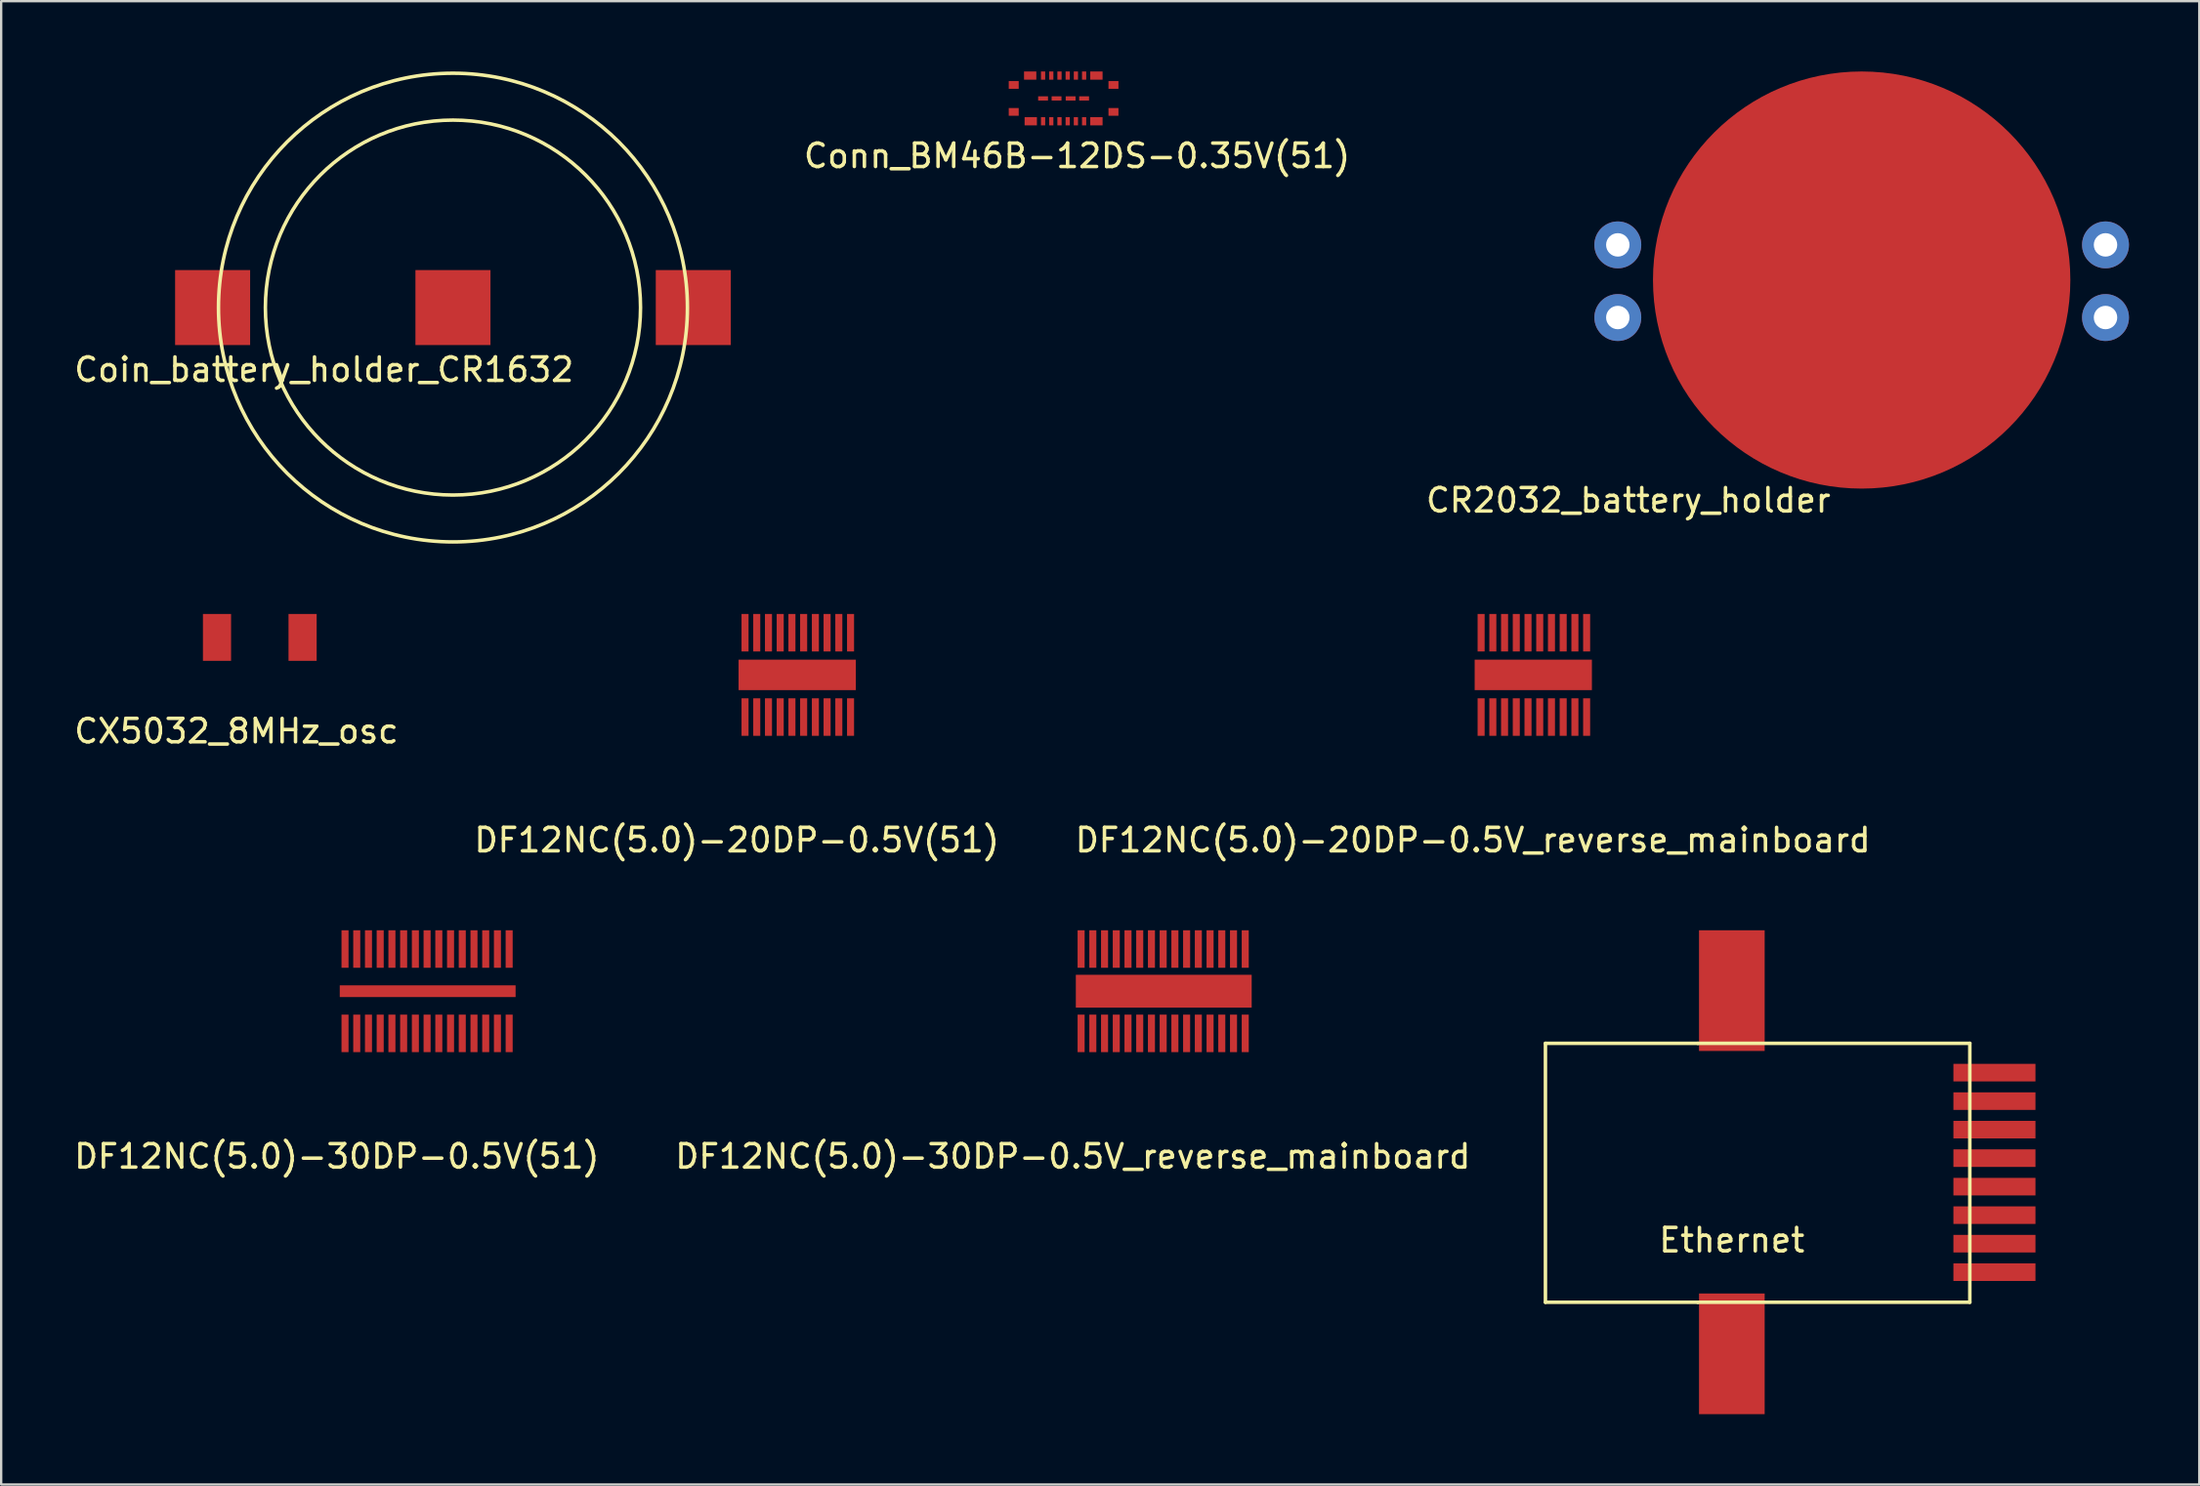
<source format=kicad_pcb>
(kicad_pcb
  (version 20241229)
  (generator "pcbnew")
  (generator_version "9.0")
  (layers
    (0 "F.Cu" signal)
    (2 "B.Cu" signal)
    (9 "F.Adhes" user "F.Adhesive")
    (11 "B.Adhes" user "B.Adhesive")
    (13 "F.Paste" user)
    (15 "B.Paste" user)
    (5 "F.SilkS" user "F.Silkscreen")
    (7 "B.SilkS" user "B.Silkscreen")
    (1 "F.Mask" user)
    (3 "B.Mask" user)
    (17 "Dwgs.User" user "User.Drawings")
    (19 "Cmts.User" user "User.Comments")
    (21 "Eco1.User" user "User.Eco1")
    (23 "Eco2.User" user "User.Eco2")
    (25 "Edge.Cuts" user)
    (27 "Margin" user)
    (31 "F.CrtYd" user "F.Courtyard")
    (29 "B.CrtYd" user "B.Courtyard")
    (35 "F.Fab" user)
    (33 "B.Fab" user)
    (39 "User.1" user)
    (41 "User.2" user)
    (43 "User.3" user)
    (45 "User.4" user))
  (footprint "DF12NC(5.0)-20DP-0.5V_reverse_mainboard"
    (layer "F.Cu")
    (at 60.118 27.55)
    (property "Reference" "DF12NC(5.0)-20DP-0.5V_reverse_mainboard" (at -0.35 5.25 0) (layer "F.SilkS") (effects (font (size 1 1) (thickness 0.15))))
    (attr through_hole)
    (pad "1" smd rect (at 4.5 0 180) (size 0.3 1.6) (layers "F.Cu" "F.Mask" "F.Paste"))
    (pad "2" smd rect (at 4 0 180) (size 0.3 1.6) (layers "F.Cu" "F.Mask" "F.Paste"))
    (pad "3" smd rect (at 3.5 0 180) (size 0.3 1.6) (layers "F.Cu" "F.Mask" "F.Paste"))
    (pad "4" smd rect (at 3 0 180) (size 0.3 1.6) (layers "F.Cu" "F.Mask" "F.Paste"))
    (pad "5" smd rect (at 2.5 0 180) (size 0.3 1.6) (layers "F.Cu" "F.Mask" "F.Paste"))
    (pad "6" smd rect (at 2 0 180) (size 0.3 1.6) (layers "F.Cu" "F.Mask" "F.Paste"))
    (pad "7" smd rect (at 1.5 0 180) (size 0.3 1.6) (layers "F.Cu" "F.Mask" "F.Paste"))
    (pad "8" smd rect (at 1 0 180) (size 0.3 1.6) (layers "F.Cu" "F.Mask" "F.Paste"))
    (pad "9" smd rect (at 0.5 0 180) (size 0.3 1.6) (layers "F.Cu" "F.Mask" "F.Paste"))
    (pad "10" smd rect (at 0 0 180) (size 0.3 1.6) (layers "F.Cu" "F.Mask" "F.Paste"))
    (pad "11" smd rect (at 4.5 -3.6 180) (size 0.3 1.6) (layers "F.Cu" "F.Mask" "F.Paste"))
    (pad "12" smd rect (at 4 -3.6 180) (size 0.3 1.6) (layers "F.Cu" "F.Mask" "F.Paste"))
    (pad "13" smd rect (at 3.5 -3.6 180) (size 0.3 1.6) (layers "F.Cu" "F.Mask" "F.Paste"))
    (pad "14" smd rect (at 3 -3.6 180) (size 0.3 1.6) (layers "F.Cu" "F.Mask" "F.Paste"))
    (pad "15" smd rect (at 2.5 -3.6 180) (size 0.3 1.6) (layers "F.Cu" "F.Mask" "F.Paste"))
    (pad "16" smd rect (at 2 -3.6 180) (size 0.3 1.6) (layers "F.Cu" "F.Mask" "F.Paste"))
    (pad "17" smd rect (at 1.5 -3.6 180) (size 0.3 1.6) (layers "F.Cu" "F.Mask" "F.Paste"))
    (pad "18" smd rect (at 1 -3.6 180) (size 0.3 1.6) (layers "F.Cu" "F.Mask" "F.Paste"))
    (pad "19" smd rect (at 0.5 -3.6 180) (size 0.3 1.6) (layers "F.Cu" "F.Mask" "F.Paste"))
    (pad "20" smd rect (at 0 -3.6 180) (size 0.3 1.6) (layers "F.Cu" "F.Mask" "F.Paste"))
    (pad "20" smd rect (at 2.225 -1.8) (size 5 1.3) (layers "F.Cu" "F.Mask" "F.Paste")))
  (footprint "DF12NC(5.0)-30DP-0.5V(51)"
    (layer "F.Cu")
    (at 11.665 41.048)
    (property "Reference" "DF12NC(5.0)-30DP-0.5V(51)" (at -0.35 5.25 0) (layer "F.SilkS") (effects (font (size 1 1) (thickness 0.15))))
    (attr through_hole)
    (pad "1" smd rect (at 0 0) (size 0.3 1.6) (layers "F.Cu" "F.Mask" "F.Paste"))
    (pad "2" smd rect (at 0.5 0) (size 0.3 1.6) (layers "F.Cu" "F.Mask" "F.Paste"))
    (pad "3" smd rect (at 1 0) (size 0.3 1.6) (layers "F.Cu" "F.Mask" "F.Paste"))
    (pad "4" smd rect (at 1.5 0) (size 0.3 1.6) (layers "F.Cu" "F.Mask" "F.Paste"))
    (pad "5" smd rect (at 2 0) (size 0.3 1.6) (layers "F.Cu" "F.Mask" "F.Paste"))
    (pad "6" smd rect (at 2.5 0) (size 0.3 1.6) (layers "F.Cu" "F.Mask" "F.Paste"))
    (pad "7" smd rect (at 3 0) (size 0.3 1.6) (layers "F.Cu" "F.Mask" "F.Paste"))
    (pad "8" smd rect (at 3.5 0) (size 0.3 1.6) (layers "F.Cu" "F.Mask" "F.Paste"))
    (pad "9" smd rect (at 4 0) (size 0.3 1.6) (layers "F.Cu" "F.Mask" "F.Paste"))
    (pad "10" smd rect (at 4.5 0) (size 0.3 1.6) (layers "F.Cu" "F.Mask" "F.Paste"))
    (pad "11" smd rect (at 5 0) (size 0.3 1.6) (layers "F.Cu" "F.Mask" "F.Paste"))
    (pad "12" smd rect (at 5.5 0) (size 0.3 1.6) (layers "F.Cu" "F.Mask" "F.Paste"))
    (pad "13" smd rect (at 6 0) (size 0.3 1.6) (layers "F.Cu" "F.Mask" "F.Paste"))
    (pad "14" smd rect (at 6.5 0) (size 0.3 1.6) (layers "F.Cu" "F.Mask" "F.Paste"))
    (pad "15" smd rect (at 7 0) (size 0.3 1.6) (layers "F.Cu" "F.Mask" "F.Paste"))
    (pad "16" smd rect (at 0 -3.6) (size 0.3 1.6) (layers "F.Cu" "F.Mask" "F.Paste"))
    (pad "17" smd rect (at 0.5 -3.6) (size 0.3 1.6) (layers "F.Cu" "F.Mask" "F.Paste"))
    (pad "18" smd rect (at 1 -3.6) (size 0.3 1.6) (layers "F.Cu" "F.Mask" "F.Paste"))
    (pad "19" smd rect (at 1.5 -3.6) (size 0.3 1.6) (layers "F.Cu" "F.Mask" "F.Paste"))
    (pad "20" smd rect (at 2 -3.6) (size 0.3 1.6) (layers "F.Cu" "F.Mask" "F.Paste"))
    (pad "21" smd rect (at 2.5 -3.6) (size 0.3 1.6) (layers "F.Cu" "F.Mask" "F.Paste"))
    (pad "22" smd rect (at 3 -3.6) (size 0.3 1.6) (layers "F.Cu" "F.Mask" "F.Paste"))
    (pad "23" smd rect (at 3.5 -3.6) (size 0.3 1.6) (layers "F.Cu" "F.Mask" "F.Paste"))
    (pad "24" smd rect (at 4 -3.6) (size 0.3 1.6) (layers "F.Cu" "F.Mask" "F.Paste"))
    (pad "25" smd rect (at 4.5 -3.6) (size 0.3 1.6) (layers "F.Cu" "F.Mask" "F.Paste"))
    (pad "26" smd rect (at 5 -3.6) (size 0.3 1.6) (layers "F.Cu" "F.Mask" "F.Paste"))
    (pad "27" smd rect (at 5.5 -3.6) (size 0.3 1.6) (layers "F.Cu" "F.Mask" "F.Paste"))
    (pad "28" smd rect (at 6 -3.6) (size 0.3 1.6) (layers "F.Cu" "F.Mask" "F.Paste"))
    (pad "29" smd rect (at 6.5 -3.6) (size 0.3 1.6) (layers "F.Cu" "F.Mask" "F.Paste"))
    (pad "30" smd rect (at 7 -3.6) (size 0.3 1.6) (layers "F.Cu" "F.Mask" "F.Paste"))
    (pad "MP" smd rect (at 3.525 -1.8) (size 7.5 0.5) (layers "F.Cu" "F.Mask" "F.Paste")))
  (footprint "CR2032_battery_holder"
    (layer "F.Cu")
    (at 65.948 7.4)
    (property "Reference" "CR2032_battery_holder" (at 0.45 10.9 0) (layer "F.SilkS") (effects (font (size 1 1) (thickness 0.15))))
    (attr through_hole)
    (pad "1" thru_hole circle (at 0 0) (size 2 2) (drill 1) (layers "*.Cu" "*.Mask"))
    (pad "1" thru_hole circle (at 0 3.1) (size 2 2) (drill 1) (layers "*.Cu" "*.Mask"))
    (pad "1" thru_hole circle (at 20.8 0) (size 2 2) (drill 1) (layers "*.Cu" "*.Mask"))
    (pad "1" thru_hole circle (at 20.8 3.1) (size 2 2) (drill 1) (layers "*.Cu" "*.Mask"))
    (pad "2" smd circle (at 10.4 1.5) (size 17.8 17.8) (layers "F.Cu" "F.Mask" "F.Paste")))
  (footprint "Coin_battery_holder_CR1632"
    (layer "F.Cu")
    (at 16.268 10.075)
    (property "Reference" "Coin_battery_holder_CR1632" (at -5.5 2.65 0) (layer "F.SilkS") (effects (font (size 1 1) (thickness 0.15))))
    (attr through_hole)
    (fp_circle (center 0 0) (end 0 -10) (stroke (width 0.15) (type solid)) (fill no) (layer "F.SilkS"))
    (fp_circle (center 0 0) (end 0 -8) (stroke (width 0.15) (type solid)) (fill no) (layer "F.SilkS"))
    (pad "1" smd rect (at -10.25 0) (size 3.2 3.2) (layers "F.Cu" "F.Mask" "F.Paste"))
    (pad "1" smd rect (at 10.25 0) (size 3.2 3.2) (layers "F.Cu" "F.Mask" "F.Paste"))
    (pad "2" smd rect (at 0 0) (size 3.2 3.2) (layers "F.Cu" "F.Mask" "F.Paste")))
  (footprint "DF12NC(5.0)-30DP-0.5V_reverse_mainboard"
    (layer "F.Cu")
    (at 43.058 41.048)
    (property "Reference" "DF12NC(5.0)-30DP-0.5V_reverse_mainboard" (at -0.35 5.25 0) (layer "F.SilkS") (effects (font (size 1 1) (thickness 0.15))))
    (attr through_hole)
    (pad "1" smd rect (at 7 0 180) (size 0.3 1.6) (layers "F.Cu" "F.Mask" "F.Paste"))
    (pad "2" smd rect (at 6.5 0 180) (size 0.3 1.6) (layers "F.Cu" "F.Mask" "F.Paste"))
    (pad "3" smd rect (at 6 0 180) (size 0.3 1.6) (layers "F.Cu" "F.Mask" "F.Paste"))
    (pad "4" smd rect (at 5.5 0 180) (size 0.3 1.6) (layers "F.Cu" "F.Mask" "F.Paste"))
    (pad "5" smd rect (at 5 0 180) (size 0.3 1.6) (layers "F.Cu" "F.Mask" "F.Paste"))
    (pad "6" smd rect (at 4.5 0 180) (size 0.3 1.6) (layers "F.Cu" "F.Mask" "F.Paste"))
    (pad "7" smd rect (at 4 0 180) (size 0.3 1.6) (layers "F.Cu" "F.Mask" "F.Paste"))
    (pad "8" smd rect (at 3.5 0 180) (size 0.3 1.6) (layers "F.Cu" "F.Mask" "F.Paste"))
    (pad "9" smd rect (at 3 0 180) (size 0.3 1.6) (layers "F.Cu" "F.Mask" "F.Paste"))
    (pad "10" smd rect (at 2.5 0 180) (size 0.3 1.6) (layers "F.Cu" "F.Mask" "F.Paste"))
    (pad "11" smd rect (at 2 0 180) (size 0.3 1.6) (layers "F.Cu" "F.Mask" "F.Paste"))
    (pad "12" smd rect (at 1.5 0 180) (size 0.3 1.6) (layers "F.Cu" "F.Mask" "F.Paste"))
    (pad "13" smd rect (at 1 0 180) (size 0.3 1.6) (layers "F.Cu" "F.Mask" "F.Paste"))
    (pad "14" smd rect (at 0.5 0 180) (size 0.3 1.6) (layers "F.Cu" "F.Mask" "F.Paste"))
    (pad "15" smd rect (at 0 0 180) (size 0.3 1.6) (layers "F.Cu" "F.Mask" "F.Paste"))
    (pad "16" smd rect (at 7 -3.6 180) (size 0.3 1.6) (layers "F.Cu" "F.Mask" "F.Paste"))
    (pad "17" smd rect (at 6.5 -3.6 180) (size 0.3 1.6) (layers "F.Cu" "F.Mask" "F.Paste"))
    (pad "18" smd rect (at 6 -3.6 180) (size 0.3 1.6) (layers "F.Cu" "F.Mask" "F.Paste"))
    (pad "19" smd rect (at 5.5 -3.6 180) (size 0.3 1.6) (layers "F.Cu" "F.Mask" "F.Paste"))
    (pad "20" smd rect (at 5 -3.6 180) (size 0.3 1.6) (layers "F.Cu" "F.Mask" "F.Paste"))
    (pad "21" smd rect (at 4.5 -3.6 180) (size 0.3 1.6) (layers "F.Cu" "F.Mask" "F.Paste"))
    (pad "22" smd rect (at 4 -3.6 180) (size 0.3 1.6) (layers "F.Cu" "F.Mask" "F.Paste"))
    (pad "23" smd rect (at 3.5 -3.6 180) (size 0.3 1.6) (layers "F.Cu" "F.Mask" "F.Paste"))
    (pad "24" smd rect (at 3 -3.6 180) (size 0.3 1.6) (layers "F.Cu" "F.Mask" "F.Paste"))
    (pad "25" smd rect (at 2.5 -3.6 180) (size 0.3 1.6) (layers "F.Cu" "F.Mask" "F.Paste"))
    (pad "26" smd rect (at 2 -3.6 180) (size 0.3 1.6) (layers "F.Cu" "F.Mask" "F.Paste"))
    (pad "27" smd rect (at 1.5 -3.6 180) (size 0.3 1.6) (layers "F.Cu" "F.Mask" "F.Paste"))
    (pad "28" smd rect (at 1 -3.6 180) (size 0.3 1.6) (layers "F.Cu" "F.Mask" "F.Paste"))
    (pad "29" smd rect (at 0.5 -3.6 180) (size 0.3 1.6) (layers "F.Cu" "F.Mask" "F.Paste"))
    (pad "30" smd rect (at 0 -3.6 180) (size 0.3 1.6) (layers "F.Cu" "F.Mask" "F.Paste"))
    (pad "30" smd rect (at 3.525 -1.8) (size 7.5 1.4) (layers "F.Cu" "F.Mask" "F.Paste")))
  (footprint "CX5032_8MHz_osc"
    (layer "F.Cu")
    (at 6.83 24.15)
    (property "Reference" "CX5032_8MHz_osc" (at 0.2 4 0) (layer "F.SilkS") (effects (font (size 1 1) (thickness 0.15))))
    (attr through_hole)
    (pad "1" smd rect (at -0.625 0 90) (size 2 1.2) (layers "F.Cu" "F.Mask" "F.Paste"))
    (pad "2" smd rect (at 3.025 0 90) (size 2 1.2) (layers "F.Cu" "F.Mask" "F.Paste")))
  (footprint "Conn_BM46B-12DS-0.35V(51)"
    (layer "F.Cu")
    (at 42.311 1.15)
    (property "Reference" "Conn_BM46B-12DS-0.35V(51)" (at 0.575 2.45 0) (layer "F.SilkS") (effects (font (size 1 1) (thickness 0.15))))
    (attr through_hole)
    (pad "0" smd rect (at -2.127 -0.575) (size 0.425 0.33) (layers "F.Cu" "F.Mask" "F.Paste"))
    (pad "0" smd rect (at -2.127 0.575) (size 0.425 0.33) (layers "F.Cu" "F.Mask" "F.Paste"))
    (pad "0" smd rect (at -1.425 -0.975) (size 0.525 0.35) (layers "F.Cu" "F.Mask" "F.Paste"))
    (pad "0" smd rect (at -1.4 0.975) (size 0.525 0.35) (layers "F.Cu" "F.Mask" "F.Paste"))
    (pad "0" smd rect (at -0.875 0) (size 0.42 0.18) (layers "F.Cu" "F.Mask" "F.Paste"))
    (pad "0" smd rect (at -0.3 0) (size 0.42 0.18) (layers "F.Cu" "F.Mask" "F.Paste"))
    (pad "0" smd rect (at 0.3 0) (size 0.42 0.18) (layers "F.Cu" "F.Mask" "F.Paste"))
    (pad "0" smd rect (at 0.875 0) (size 0.42 0.18) (layers "F.Cu" "F.Mask" "F.Paste"))
    (pad "0" smd rect (at 1.4 -0.975) (size 0.525 0.35) (layers "F.Cu" "F.Mask" "F.Paste"))
    (pad "0" smd rect (at 1.4 0.975) (size 0.525 0.35) (layers "F.Cu" "F.Mask" "F.Paste"))
    (pad "0" smd rect (at 2.127 -0.575) (size 0.425 0.33) (layers "F.Cu" "F.Mask" "F.Paste"))
    (pad "0" smd rect (at 2.127 0.575) (size 0.425 0.33) (layers "F.Cu" "F.Mask" "F.Paste"))
    (pad "1" smd rect (at -0.875 -0.975) (size 0.18 0.35) (layers "F.Cu" "F.Mask" "F.Paste"))
    (pad "2" smd rect (at -0.525 -0.975) (size 0.18 0.35) (layers "F.Cu" "F.Mask" "F.Paste"))
    (pad "3" smd rect (at -0.175 -0.975) (size 0.18 0.35) (layers "F.Cu" "F.Mask" "F.Paste"))
    (pad "4" smd rect (at 0.175 -0.975) (size 0.18 0.35) (layers "F.Cu" "F.Mask" "F.Paste"))
    (pad "5" smd rect (at 0.525 -0.975) (size 0.18 0.35) (layers "F.Cu" "F.Mask" "F.Paste"))
    (pad "6" smd rect (at 0.875 -0.975) (size 0.18 0.35) (layers "F.Cu" "F.Mask" "F.Paste"))
    (pad "7" smd rect (at -0.875 0.975) (size 0.18 0.35) (layers "F.Cu" "F.Mask" "F.Paste"))
    (pad "8" smd rect (at -0.525 0.975) (size 0.18 0.35) (layers "F.Cu" "F.Mask" "F.Paste"))
    (pad "9" smd rect (at -0.175 0.975) (size 0.18 0.35) (layers "F.Cu" "F.Mask" "F.Paste"))
    (pad "10" smd rect (at 0.175 0.975) (size 0.18 0.35) (layers "F.Cu" "F.Mask" "F.Paste"))
    (pad "11" smd rect (at 0.525 0.975) (size 0.18 0.35) (layers "F.Cu" "F.Mask" "F.Paste"))
    (pad "12" smd rect (at 0.875 0.975) (size 0.18 0.35) (layers "F.Cu" "F.Mask" "F.Paste")))
  (footprint "Ethernet"
    (layer "F.Cu")
    (at 70.811 46.973)
    (property "Reference" "Ethernet" (at 0 2.9 0) (layer "F.SilkS") (effects (font (size 1 1) (thickness 0.15))))
    (attr through_hole)
    (fp_line (start -7.95 5.55) (end -7.95 -5.5) (stroke (width 0.15) (type solid)) (layer "F.SilkS"))
    (fp_line (start -1.45 -5.5) (end -7.95 -5.5) (stroke (width 0.15) (type solid)) (layer "F.SilkS"))
    (fp_line (start -1.45 -5.5) (end 10.15 -5.5) (stroke (width 0.15) (type solid)) (layer "F.SilkS"))
    (fp_line (start -1.45 5.55) (end -7.95 5.55) (stroke (width 0.15) (type solid)) (layer "F.SilkS"))
    (fp_line (start -1.45 5.55) (end 10.15 5.55) (stroke (width 0.15) (type solid)) (layer "F.SilkS"))
    (fp_line (start 10.15 5.55) (end 10.15 -5.5) (stroke (width 0.15) (type solid)) (layer "F.SilkS"))
    (pad "0" smd rect (at 0 -7.75) (size 2.8 5.15) (layers "F.Cu" "F.Mask" "F.Paste"))
    (pad "0" smd rect (at 0 7.75) (size 2.8 5.15) (layers "F.Cu" "F.Mask" "F.Paste"))
    (pad "1" smd rect (at 11.2 -4.25) (size 3.5 0.75) (layers "F.Cu" "F.Mask" "F.Paste"))
    (pad "2" smd rect (at 11.2 -3.034) (size 3.5 0.75) (layers "F.Cu" "F.Mask" "F.Paste"))
    (pad "3" smd rect (at 11.2 -1.817) (size 3.5 0.75) (layers "F.Cu" "F.Mask" "F.Paste"))
    (pad "4" smd rect (at 11.2 -0.601) (size 3.5 0.75) (layers "F.Cu" "F.Mask" "F.Paste"))
    (pad "5" smd rect (at 11.2 0.616) (size 3.5 0.75) (layers "F.Cu" "F.Mask" "F.Paste"))
    (pad "6" smd rect (at 11.2 1.832) (size 3.5 0.75) (layers "F.Cu" "F.Mask" "F.Paste"))
    (pad "7" smd rect (at 11.2 3.049) (size 3.5 0.75) (layers "F.Cu" "F.Mask" "F.Paste"))
    (pad "8" smd rect (at 11.2 4.265) (size 3.5 0.75) (layers "F.Cu" "F.Mask" "F.Paste")))
  (footprint "DF12NC(5.0)-20DP-0.5V(51)"
    (layer "F.Cu")
    (at 28.725 27.55)
    (property "Reference" "DF12NC(5.0)-20DP-0.5V(51)" (at -0.35 5.25 0) (layer "F.SilkS") (effects (font (size 1 1) (thickness 0.15))))
    (attr through_hole)
    (pad "1" smd rect (at 0 0) (size 0.3 1.6) (layers "F.Cu" "F.Mask" "F.Paste"))
    (pad "2" smd rect (at 0.5 0) (size 0.3 1.6) (layers "F.Cu" "F.Mask" "F.Paste"))
    (pad "3" smd rect (at 1 0) (size 0.3 1.6) (layers "F.Cu" "F.Mask" "F.Paste"))
    (pad "4" smd rect (at 1.5 0) (size 0.3 1.6) (layers "F.Cu" "F.Mask" "F.Paste"))
    (pad "5" smd rect (at 2 0) (size 0.3 1.6) (layers "F.Cu" "F.Mask" "F.Paste"))
    (pad "6" smd rect (at 2.5 0) (size 0.3 1.6) (layers "F.Cu" "F.Mask" "F.Paste"))
    (pad "7" smd rect (at 3 0) (size 0.3 1.6) (layers "F.Cu" "F.Mask" "F.Paste"))
    (pad "8" smd rect (at 3.5 0) (size 0.3 1.6) (layers "F.Cu" "F.Mask" "F.Paste"))
    (pad "9" smd rect (at 4 0) (size 0.3 1.6) (layers "F.Cu" "F.Mask" "F.Paste"))
    (pad "10" smd rect (at 4.5 0) (size 0.3 1.6) (layers "F.Cu" "F.Mask" "F.Paste"))
    (pad "11" smd rect (at 0 -3.6) (size 0.3 1.6) (layers "F.Cu" "F.Mask" "F.Paste"))
    (pad "12" smd rect (at 0.5 -3.6) (size 0.3 1.6) (layers "F.Cu" "F.Mask" "F.Paste"))
    (pad "13" smd rect (at 1 -3.6) (size 0.3 1.6) (layers "F.Cu" "F.Mask" "F.Paste"))
    (pad "14" smd rect (at 1.5 -3.6) (size 0.3 1.6) (layers "F.Cu" "F.Mask" "F.Paste"))
    (pad "15" smd rect (at 2 -3.6) (size 0.3 1.6) (layers "F.Cu" "F.Mask" "F.Paste"))
    (pad "16" smd rect (at 2.5 -3.6) (size 0.3 1.6) (layers "F.Cu" "F.Mask" "F.Paste"))
    (pad "17" smd rect (at 3 -3.6) (size 0.3 1.6) (layers "F.Cu" "F.Mask" "F.Paste"))
    (pad "18" smd rect (at 3.5 -3.6) (size 0.3 1.6) (layers "F.Cu" "F.Mask" "F.Paste"))
    (pad "19" smd rect (at 4 -3.6) (size 0.3 1.6) (layers "F.Cu" "F.Mask" "F.Paste"))
    (pad "20" smd rect (at 2.225 -1.8) (size 5 1.3) (layers "F.Cu" "F.Mask" "F.Paste"))
    (pad "20" smd rect (at 4.5 -3.6) (size 0.3 1.6) (layers "F.Cu" "F.Mask" "F.Paste")))
  (gr_rect
    (start -3 -3)
    (end 90.748 60.298)
    (stroke (width 0.1) (type default))
    (fill no)
    (layer "Edge.Cuts")))
</source>
